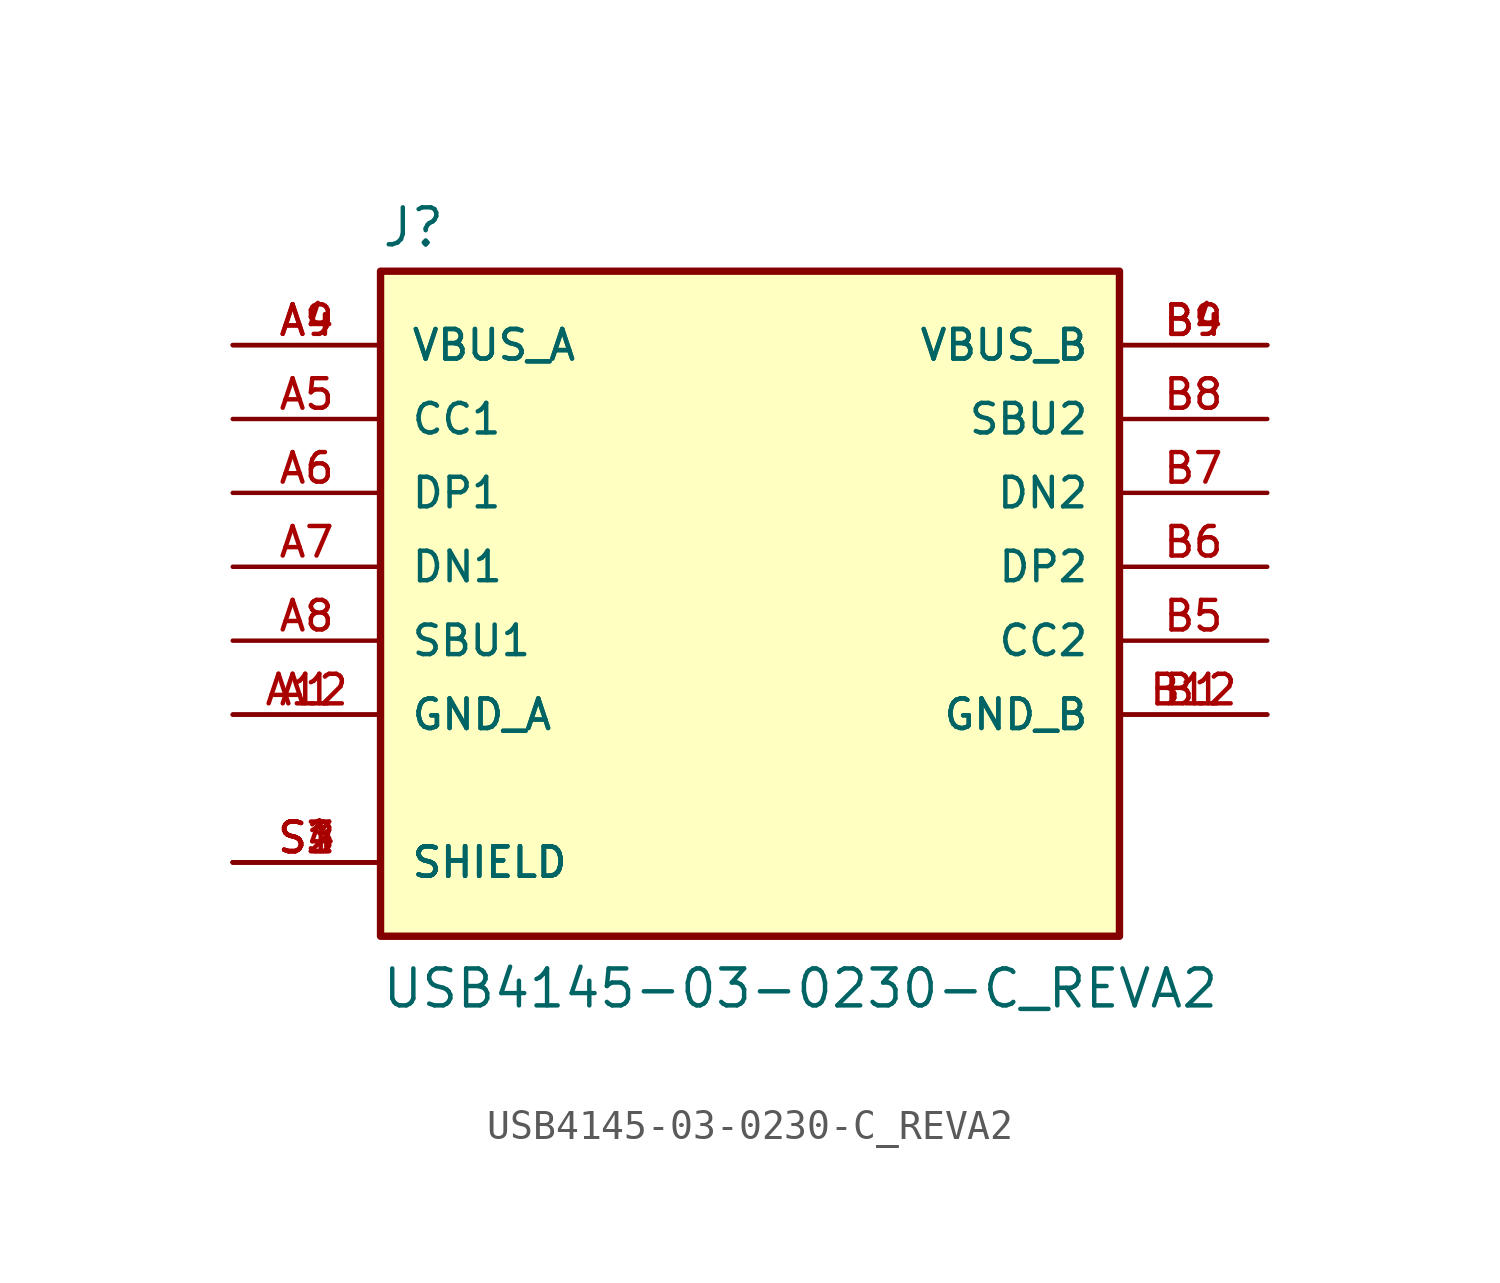
<source format=kicad_sym>
(kicad_symbol_lib
  (version 20211014)
  (generator kicad_symbol_editor)
  (symbol "USB4145-03-0230-C_REVA2"
    (pin_names
      (offset 1.016))
    (property "Reference" "J"
      (at -12.7 10.922 0)
      (effects (font (size 1.27 1.27)) (justify bottom left)))
    (property "Value" "USB4145-03-0230-C_REVA2"
      (at -12.7 -15.24 0)
      (effects (font (size 1.27 1.27)) (justify bottom left)))
    (symbol "USB4145-03-0230-C_REVA2_0_0"
      (rectangle (start -12.7 -12.7) (end 12.7 10.16) (stroke (width 0.254)) (fill (type background)))
      (pin power_in line (at -17.78 -5.08 0) (length 5.08) (name "GND_A" (effects (font (size 1.016 1.016)))) (number "A1" (effects (font (size 1.016 1.016)))))
      (pin power_in line (at -17.78 -5.08 0) (length 5.08) (name "GND_A" (effects (font (size 1.016 1.016)))) (number "A12" (effects (font (size 1.016 1.016)))))
      (pin power_in line (at -17.78 7.62 0) (length 5.08) (name "VBUS_A" (effects (font (size 1.016 1.016)))) (number "A4" (effects (font (size 1.016 1.016)))))
      (pin power_in line (at -17.78 7.62 0) (length 5.08) (name "VBUS_A" (effects (font (size 1.016 1.016)))) (number "A9" (effects (font (size 1.016 1.016)))))
      (pin bidirectional line (at -17.78 2.54 0) (length 5.08) (name "DP1" (effects (font (size 1.016 1.016)))) (number "A6" (effects (font (size 1.016 1.016)))))
      (pin bidirectional line (at -17.78 5.08 0) (length 5.08) (name "CC1" (effects (font (size 1.016 1.016)))) (number "A5" (effects (font (size 1.016 1.016)))))
      (pin bidirectional line (at -17.78 -2.54 0) (length 5.08) (name "SBU1" (effects (font (size 1.016 1.016)))) (number "A8" (effects (font (size 1.016 1.016)))))
      (pin bidirectional line (at -17.78 0.0 0) (length 5.08) (name "DN1" (effects (font (size 1.016 1.016)))) (number "A7" (effects (font (size 1.016 1.016)))))
      (pin passive line (at -17.78 -10.16 0) (length 5.08) (name "SHIELD" (effects (font (size 1.016 1.016)))) (number "S1" (effects (font (size 1.016 1.016)))))
      (pin passive line (at -17.78 -10.16 0) (length 5.08) (name "SHIELD" (effects (font (size 1.016 1.016)))) (number "S2" (effects (font (size 1.016 1.016)))))
      (pin passive line (at -17.78 -10.16 0) (length 5.08) (name "SHIELD" (effects (font (size 1.016 1.016)))) (number "S3" (effects (font (size 1.016 1.016)))))
      (pin passive line (at -17.78 -10.16 0) (length 5.08) (name "SHIELD" (effects (font (size 1.016 1.016)))) (number "S4" (effects (font (size 1.016 1.016)))))
      (pin power_in line (at 17.78 -5.08 180.0) (length 5.08) (name "GND_B" (effects (font (size 1.016 1.016)))) (number "B1" (effects (font (size 1.016 1.016)))))
      (pin power_in line (at 17.78 -5.08 180.0) (length 5.08) (name "GND_B" (effects (font (size 1.016 1.016)))) (number "B12" (effects (font (size 1.016 1.016)))))
      (pin power_in line (at 17.78 7.62 180.0) (length 5.08) (name "VBUS_B" (effects (font (size 1.016 1.016)))) (number "B4" (effects (font (size 1.016 1.016)))))
      (pin power_in line (at 17.78 7.62 180.0) (length 5.08) (name "VBUS_B" (effects (font (size 1.016 1.016)))) (number "B9" (effects (font (size 1.016 1.016)))))
      (pin bidirectional line (at 17.78 0.0 180.0) (length 5.08) (name "DP2" (effects (font (size 1.016 1.016)))) (number "B6" (effects (font (size 1.016 1.016)))))
      (pin bidirectional line (at 17.78 -2.54 180.0) (length 5.08) (name "CC2" (effects (font (size 1.016 1.016)))) (number "B5" (effects (font (size 1.016 1.016)))))
      (pin bidirectional line (at 17.78 5.08 180.0) (length 5.08) (name "SBU2" (effects (font (size 1.016 1.016)))) (number "B8" (effects (font (size 1.016 1.016)))))
      (pin bidirectional line (at 17.78 2.54 180.0) (length 5.08) (name "DN2" (effects (font (size 1.016 1.016)))) (number "B7" (effects (font (size 1.016 1.016))))))))
</source>
